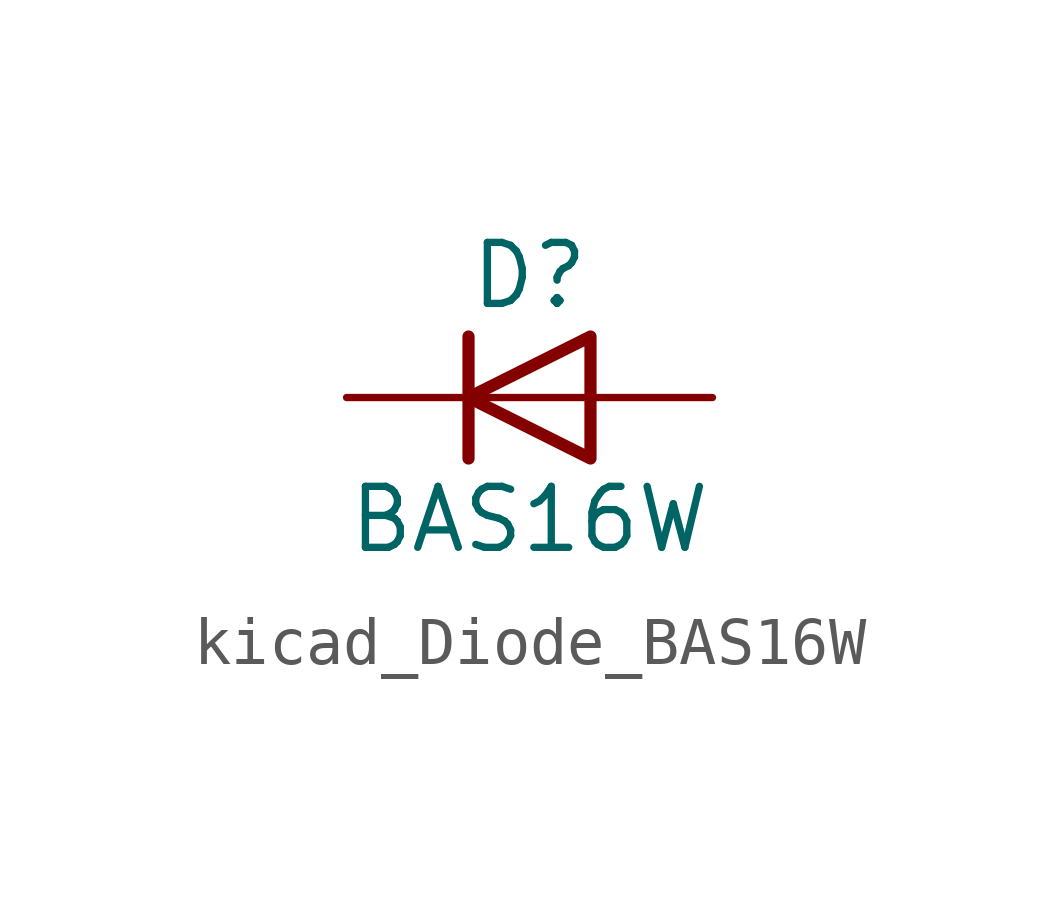
<source format=kicad_sym>
(kicad_symbol_lib
  (version 20220914)
  (generator kicad_symbol_editor)
  (symbol "kicad_Diode_BAS16W"
    (pin_numbers hide)
    (pin_names hide)
    (property "Reference" "D"
      (at 0 2.54 0)
      (effects (font (size 1.27 1.27))))
    (property "Value" "BAS16W"
      (at 0 -2.54 0)
      (effects (font (size 1.27 1.27))))
    (symbol "kicad_Diode_BAS16W_0_1"
      (polyline (pts (xy -1.27 1.27) (xy -1.27 -1.27)) (stroke (width 0.254) (type default)) (fill (type none)))
      (polyline (pts (xy 1.27 0) (xy -1.27 0)) (stroke (width 0) (type default)) (fill (type none)))
      (polyline (pts (xy 1.27 1.27) (xy 1.27 -1.27) (xy -1.27 0) (xy 1.27 1.27)) (stroke (width 0.254) (type default)) (fill (type none))))
    (symbol "kicad_Diode_BAS16W_1_1"
      (pin passive line (at 3.81 0 180) (length 2.54) (name "A" (effects (font (size 1.27 1.27)))) (number "1" (effects (font (size 1.27 1.27)))))
      (pin no_connect line (at -1.27 0 0) (length 2.54) hide (name "NC" (effects (font (size 1.27 1.27)))) (number "2" (effects (font (size 1.27 1.27)))))
      (pin passive line (at -3.81 0 0) (length 2.54) (name "K" (effects (font (size 1.27 1.27)))) (number "3" (effects (font (size 1.27 1.27))))))))
</source>
